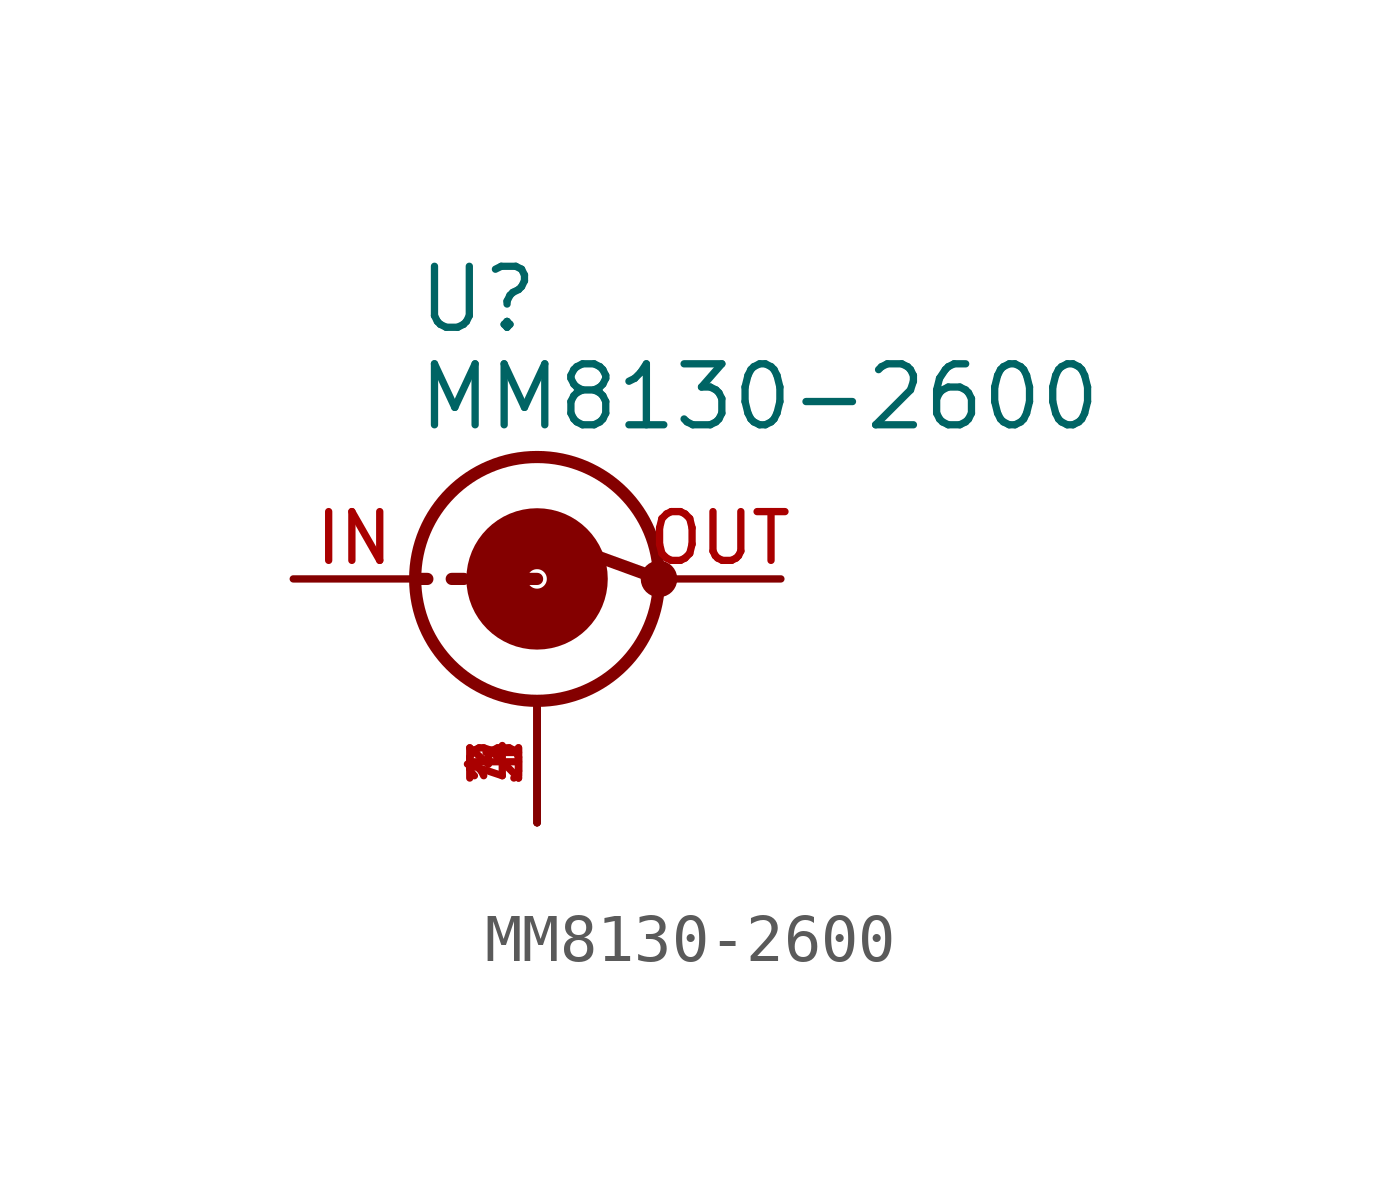
<source format=kicad_sym>
(kicad_symbol_lib
  (version 20211014)
  (generator kicad_symbol_editor)
  (symbol "MM8130-2600"
    (pin_names
      (offset 1.016))
    (property "Reference" "U"
      (at -2.54 5.08 0)
      (effects (font (size 1.27 1.27)) (justify bottom left)))
    (property "Value" "MM8130-2600"
      (at -2.54 3.048 0)
      (effects (font (size 1.27 1.27)) (justify bottom left)))
    (symbol "MM8130-2600_0_0"
      (circle (center 0.0 0.0) (radius 2.54) (stroke (width 0.254)) (fill (type none)))
      (circle (center 0.0 0.0) (radius 0.203) (stroke (width 1.27)) (fill (type none)))
      (circle (center 2.54 0.0) (radius 0.254) (stroke (width 0.254)) (fill (type none)))
      (polyline (pts (xy 2.54 0.0) (xy -0.254 1.016)) (stroke (width 0.254)))
      (polyline (pts (xy -2.54 0.0) (xy -2.286 0.0)) (stroke (width 0.254)))
      (polyline (pts (xy 0.0 0.0) (xy -1.016 0.0)) (stroke (width 0.254)))
      (polyline (pts (xy -1.524 0.0) (xy -1.778 0.0)) (stroke (width 0.254)))
      (pin passive line (at -5.08 0.0 0) (length 2.54) (name "~" (effects (font (size 1.016 1.016)))) (number "IN" (effects (font (size 1.016 1.016)))))
      (pin passive line (at 0.0 -5.08 90.0) (length 2.54) (name "~" (effects (font (size 1.016 1.016)))) (number "1" (effects (font (size 1.016 1.016)))))
      (pin passive line (at 0.0 -5.08 90.0) (length 2.54) (name "~" (effects (font (size 1.016 1.016)))) (number "2" (effects (font (size 1.016 1.016)))))
      (pin passive line (at 0.0 -5.08 90.0) (length 2.54) (name "~" (effects (font (size 1.016 1.016)))) (number "3" (effects (font (size 1.016 1.016)))))
      (pin passive line (at 0.0 -5.08 90.0) (length 2.54) (name "~" (effects (font (size 1.016 1.016)))) (number "4" (effects (font (size 1.016 1.016)))))
      (pin passive line (at 5.08 0.0 180.0) (length 2.54) (name "~" (effects (font (size 1.016 1.016)))) (number "OUT" (effects (font (size 1.016 1.016))))))))
</source>
